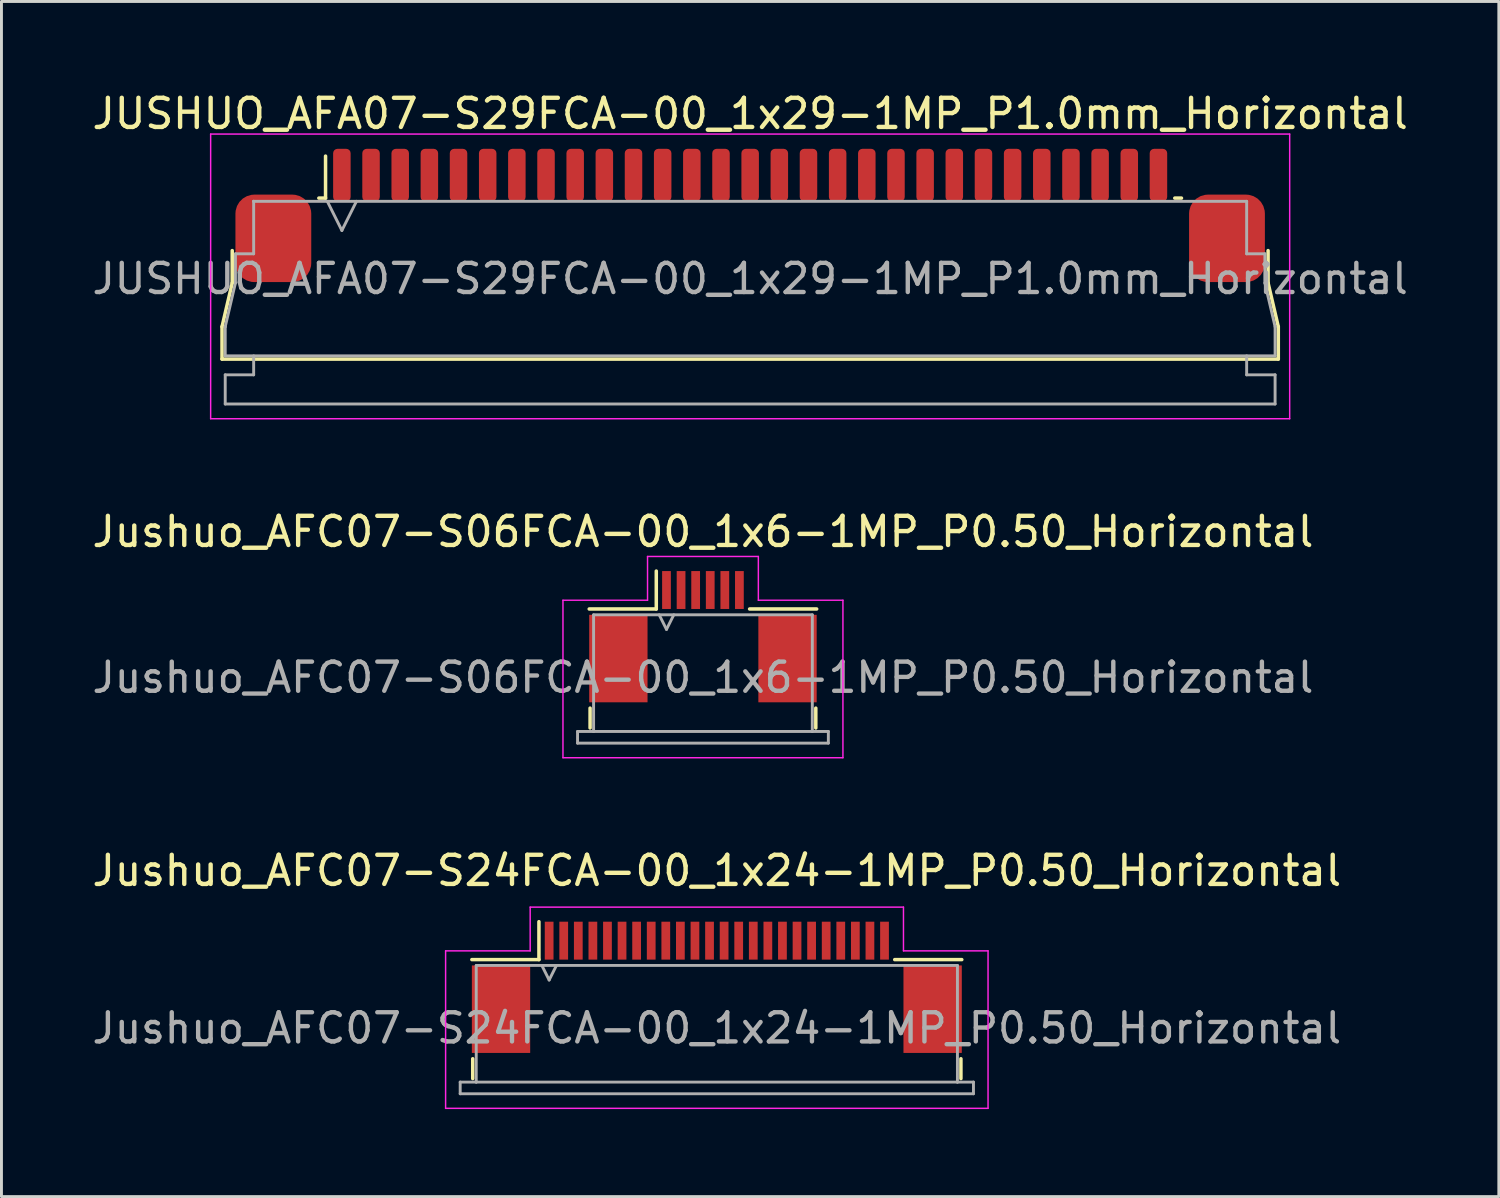
<source format=kicad_pcb>
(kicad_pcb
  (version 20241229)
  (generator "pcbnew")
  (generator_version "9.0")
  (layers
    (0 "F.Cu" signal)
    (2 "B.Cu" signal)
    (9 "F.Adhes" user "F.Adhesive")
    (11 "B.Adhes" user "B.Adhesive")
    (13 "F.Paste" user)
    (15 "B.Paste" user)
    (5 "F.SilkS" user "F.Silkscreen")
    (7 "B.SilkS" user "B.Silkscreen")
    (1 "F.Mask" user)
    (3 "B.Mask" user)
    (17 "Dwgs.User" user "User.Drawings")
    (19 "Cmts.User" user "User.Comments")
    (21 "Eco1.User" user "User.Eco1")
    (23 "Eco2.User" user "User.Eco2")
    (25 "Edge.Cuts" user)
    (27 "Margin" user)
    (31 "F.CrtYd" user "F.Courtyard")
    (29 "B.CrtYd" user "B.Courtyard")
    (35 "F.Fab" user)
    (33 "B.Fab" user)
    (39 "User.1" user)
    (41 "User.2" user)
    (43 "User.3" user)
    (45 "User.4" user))
  (footprint "JUSHUO_AFA07-S29FCA-00_1x29-1MP_P1.0mm_Horizontal"
    (layer "F.Cu")
    (at 22.673 6.328)
    (property "Reference" "JUSHUO_AFA07-S29FCA-00_1x29-1MP_P1.0mm_Horizontal" (at 0 -5.48 0) (layer "F.SilkS") (effects (font (size 1 1) (thickness 0.15))))
    (attr smd)
    (fp_line (start -18.11 1.825) (end -17.76 0.325) (stroke (width 0.12) (type solid)) (layer "F.SilkS"))
    (fp_line (start -18.11 2.935) (end -18.11 1.825) (stroke (width 0.12) (type solid)) (layer "F.SilkS"))
    (fp_line (start -17.76 0.325) (end -17.76 -0.785) (stroke (width 0.12) (type solid)) (layer "F.SilkS"))
    (fp_line (start -14.79 -2.585) (end -14.56 -2.585) (stroke (width 0.12) (type solid)) (layer "F.SilkS"))
    (fp_line (start -14.56 -2.585) (end -14.56 -4.025) (stroke (width 0.12) (type solid)) (layer "F.SilkS"))
    (fp_line (start 14.56 -2.585) (end 14.79 -2.585) (stroke (width 0.12) (type solid)) (layer "F.SilkS"))
    (fp_line (start 17.76 -0.785) (end 17.76 0.325) (stroke (width 0.12) (type solid)) (layer "F.SilkS"))
    (fp_line (start 17.76 0.325) (end 18.11 1.825) (stroke (width 0.12) (type solid)) (layer "F.SilkS"))
    (fp_line (start 18.11 1.825) (end 18.11 2.935) (stroke (width 0.12) (type solid)) (layer "F.SilkS"))
    (fp_line (start 18.11 2.935) (end -18.11 2.935) (stroke (width 0.12) (type solid)) (layer "F.SilkS"))
    (fp_line (start -18.5 -4.78) (end -18.5 4.98) (stroke (width 0.05) (type solid)) (layer "F.CrtYd"))
    (fp_line (start -18.5 4.98) (end 18.5 4.98) (stroke (width 0.05) (type solid)) (layer "F.CrtYd"))
    (fp_line (start 18.5 -4.78) (end -18.5 -4.78) (stroke (width 0.05) (type solid)) (layer "F.CrtYd"))
    (fp_line (start 18.5 4.98) (end 18.5 -4.78) (stroke (width 0.05) (type solid)) (layer "F.CrtYd"))
    (fp_line (start -18 1.825) (end -18 1.825) (stroke (width 0.1) (type solid)) (layer "F.Fab"))
    (fp_line (start -18 1.825) (end -17.65 0.325) (stroke (width 0.1) (type solid)) (layer "F.Fab"))
    (fp_line (start -18 2.825) (end -18 1.825) (stroke (width 0.1) (type solid)) (layer "F.Fab"))
    (fp_line (start -18 3.475) (end -17.025 3.475) (stroke (width 0.1) (type solid)) (layer "F.Fab"))
    (fp_line (start -18 4.475) (end -18 3.475) (stroke (width 0.1) (type solid)) (layer "F.Fab"))
    (fp_line (start -17.65 -0.675) (end -17.025 -0.675) (stroke (width 0.1) (type solid)) (layer "F.Fab"))
    (fp_line (start -17.65 0.325) (end -17.65 -0.675) (stroke (width 0.1) (type solid)) (layer "F.Fab"))
    (fp_line (start -17.025 -2.475) (end -17.025 -2.475) (stroke (width 0.1) (type solid)) (layer "F.Fab"))
    (fp_line (start -17.025 -2.475) (end 17.025 -2.475) (stroke (width 0.1) (type solid)) (layer "F.Fab"))
    (fp_line (start -17.025 -0.675) (end -17.025 -2.475) (stroke (width 0.1) (type solid)) (layer "F.Fab"))
    (fp_line (start -17.025 3.475) (end -17.025 2.825) (stroke (width 0.1) (type solid)) (layer "F.Fab"))
    (fp_line (start -14.5 -2.475) (end -14 -1.475) (stroke (width 0.1) (type solid)) (layer "F.Fab"))
    (fp_line (start -14 -1.475) (end -13.5 -2.475) (stroke (width 0.1) (type solid)) (layer "F.Fab"))
    (fp_line (start 17.025 -2.475) (end 17.025 -0.675) (stroke (width 0.1) (type solid)) (layer "F.Fab"))
    (fp_line (start 17.025 -0.675) (end 17.65 -0.675) (stroke (width 0.1) (type solid)) (layer "F.Fab"))
    (fp_line (start 17.025 2.825) (end 17.025 3.475) (stroke (width 0.1) (type solid)) (layer "F.Fab"))
    (fp_line (start 17.025 3.475) (end 18 3.475) (stroke (width 0.1) (type solid)) (layer "F.Fab"))
    (fp_line (start 17.65 -0.675) (end 17.65 0.325) (stroke (width 0.1) (type solid)) (layer "F.Fab"))
    (fp_line (start 17.65 0.325) (end 18 1.825) (stroke (width 0.1) (type solid)) (layer "F.Fab"))
    (fp_line (start 18 1.825) (end 18 2.825) (stroke (width 0.1) (type solid)) (layer "F.Fab"))
    (fp_line (start 18 2.825) (end -18 2.825) (stroke (width 0.1) (type solid)) (layer "F.Fab"))
    (fp_line (start 18 3.475) (end 18 4.475) (stroke (width 0.1) (type solid)) (layer "F.Fab"))
    (fp_line (start 18 4.475) (end -18 4.475) (stroke (width 0.1) (type solid)) (layer "F.Fab"))
    (fp_text user "${REFERENCE}" (at 0 0.18 0) (layer "F.Fab") (effects (font (size 1 1) (thickness 0.15))))
    (pad "1" smd roundrect (at -14 -3.375) (size 0.6 1.8) (layers "F.Cu" "F.Mask" "F.Paste") (roundrect_rratio 0.25))
    (pad "2" smd roundrect (at -13 -3.375) (size 0.6 1.8) (layers "F.Cu" "F.Mask" "F.Paste") (roundrect_rratio 0.25))
    (pad "3" smd roundrect (at -12 -3.375) (size 0.6 1.8) (layers "F.Cu" "F.Mask" "F.Paste") (roundrect_rratio 0.25))
    (pad "4" smd roundrect (at -11 -3.375) (size 0.6 1.8) (layers "F.Cu" "F.Mask" "F.Paste") (roundrect_rratio 0.25))
    (pad "5" smd roundrect (at -10 -3.375) (size 0.6 1.8) (layers "F.Cu" "F.Mask" "F.Paste") (roundrect_rratio 0.25))
    (pad "6" smd roundrect (at -9 -3.375) (size 0.6 1.8) (layers "F.Cu" "F.Mask" "F.Paste") (roundrect_rratio 0.25))
    (pad "7" smd roundrect (at -8 -3.375) (size 0.6 1.8) (layers "F.Cu" "F.Mask" "F.Paste") (roundrect_rratio 0.25))
    (pad "8" smd roundrect (at -7 -3.375) (size 0.6 1.8) (layers "F.Cu" "F.Mask" "F.Paste") (roundrect_rratio 0.25))
    (pad "9" smd roundrect (at -6 -3.375) (size 0.6 1.8) (layers "F.Cu" "F.Mask" "F.Paste") (roundrect_rratio 0.25))
    (pad "10" smd roundrect (at -5 -3.375) (size 0.6 1.8) (layers "F.Cu" "F.Mask" "F.Paste") (roundrect_rratio 0.25))
    (pad "11" smd roundrect (at -4 -3.375) (size 0.6 1.8) (layers "F.Cu" "F.Mask" "F.Paste") (roundrect_rratio 0.25))
    (pad "12" smd roundrect (at -3 -3.375) (size 0.6 1.8) (layers "F.Cu" "F.Mask" "F.Paste") (roundrect_rratio 0.25))
    (pad "13" smd roundrect (at -2 -3.375) (size 0.6 1.8) (layers "F.Cu" "F.Mask" "F.Paste") (roundrect_rratio 0.25))
    (pad "14" smd roundrect (at -1 -3.375) (size 0.6 1.8) (layers "F.Cu" "F.Mask" "F.Paste") (roundrect_rratio 0.25))
    (pad "15" smd roundrect (at 0 -3.375) (size 0.6 1.8) (layers "F.Cu" "F.Mask" "F.Paste") (roundrect_rratio 0.25))
    (pad "16" smd roundrect (at 1 -3.375) (size 0.6 1.8) (layers "F.Cu" "F.Mask" "F.Paste") (roundrect_rratio 0.25))
    (pad "17" smd roundrect (at 2 -3.375) (size 0.6 1.8) (layers "F.Cu" "F.Mask" "F.Paste") (roundrect_rratio 0.25))
    (pad "18" smd roundrect (at 3 -3.375) (size 0.6 1.8) (layers "F.Cu" "F.Mask" "F.Paste") (roundrect_rratio 0.25))
    (pad "19" smd roundrect (at 4 -3.375) (size 0.6 1.8) (layers "F.Cu" "F.Mask" "F.Paste") (roundrect_rratio 0.25))
    (pad "20" smd roundrect (at 5 -3.375) (size 0.6 1.8) (layers "F.Cu" "F.Mask" "F.Paste") (roundrect_rratio 0.25))
    (pad "21" smd roundrect (at 6 -3.375) (size 0.6 1.8) (layers "F.Cu" "F.Mask" "F.Paste") (roundrect_rratio 0.25))
    (pad "22" smd roundrect (at 7 -3.375) (size 0.6 1.8) (layers "F.Cu" "F.Mask" "F.Paste") (roundrect_rratio 0.25))
    (pad "23" smd roundrect (at 8 -3.375) (size 0.6 1.8) (layers "F.Cu" "F.Mask" "F.Paste") (roundrect_rratio 0.25))
    (pad "24" smd roundrect (at 9 -3.375) (size 0.6 1.8) (layers "F.Cu" "F.Mask" "F.Paste") (roundrect_rratio 0.25))
    (pad "25" smd roundrect (at 10 -3.375) (size 0.6 1.8) (layers "F.Cu" "F.Mask" "F.Paste") (roundrect_rratio 0.25))
    (pad "26" smd roundrect (at 11 -3.375) (size 0.6 1.8) (layers "F.Cu" "F.Mask" "F.Paste") (roundrect_rratio 0.25))
    (pad "27" smd roundrect (at 12 -3.375) (size 0.6 1.8) (layers "F.Cu" "F.Mask" "F.Paste") (roundrect_rratio 0.25))
    (pad "28" smd roundrect (at 13 -3.375) (size 0.6 1.8) (layers "F.Cu" "F.Mask" "F.Paste") (roundrect_rratio 0.25))
    (pad "29" smd roundrect (at 14 -3.375) (size 0.6 1.8) (layers "F.Cu" "F.Mask" "F.Paste") (roundrect_rratio 0.25))
    (pad "MP" smd roundrect (at -16.35 -1.205) (size 2.6 3) (layers "F.Cu" "F.Mask" "F.Paste") (roundrect_rratio 0.25))
    (pad "MP" smd roundrect (at 16.35 -1.205) (size 2.6 3) (layers "F.Cu" "F.Mask" "F.Paste") (roundrect_rratio 0.25)))
  (footprint "Jushuo_AFC07-S24FCA-00_1x24-1MP_P0.50_Horizontal"
    (layer "F.Cu")
    (at 21.53 30.805)
    (property "Reference" "Jushuo_AFC07-S24FCA-00_1x24-1MP_P0.50_Horizontal" (at 0 -4 0) (layer "F.SilkS") (effects (font (size 1 1) (thickness 0.15))))
    (attr smd)
    (fp_line (start -8.37 2.45) (end -8.37 3.13) (stroke (width 0.12) (type solid)) (layer "F.SilkS"))
    (fp_line (start -6.1 -0.95) (end -8.4 -0.95) (stroke (width 0.12) (type solid)) (layer "F.SilkS"))
    (fp_line (start -6.1 -0.95) (end -6.1 -2.25) (stroke (width 0.12) (type solid)) (layer "F.SilkS"))
    (fp_line (start 6.1 -0.95) (end 8.4 -0.95) (stroke (width 0.12) (type solid)) (layer "F.SilkS"))
    (fp_line (start 8.37 2.45) (end 8.37 3.13) (stroke (width 0.12) (type solid)) (layer "F.SilkS"))
    (fp_line (start -9.3 -1.25) (end -9.3 4.15) (stroke (width 0.05) (type solid)) (layer "F.CrtYd"))
    (fp_line (start -9.3 4.15) (end 9.3 4.15) (stroke (width 0.05) (type solid)) (layer "F.CrtYd"))
    (fp_line (start -6.4 -2.75) (end -6.4 -1.25) (stroke (width 0.05) (type solid)) (layer "F.CrtYd"))
    (fp_line (start -6.4 -1.25) (end -9.3 -1.25) (stroke (width 0.05) (type solid)) (layer "F.CrtYd"))
    (fp_line (start 6.4 -2.75) (end -6.4 -2.75) (stroke (width 0.05) (type solid)) (layer "F.CrtYd"))
    (fp_line (start 6.4 -1.25) (end 6.4 -2.75) (stroke (width 0.05) (type solid)) (layer "F.CrtYd"))
    (fp_line (start 9.3 -1.25) (end 6.4 -1.25) (stroke (width 0.05) (type solid)) (layer "F.CrtYd"))
    (fp_line (start 9.3 4.15) (end 9.3 -1.25) (stroke (width 0.05) (type solid)) (layer "F.CrtYd"))
    (fp_line (start -8.8 3.25) (end -8.8 3.65) (stroke (width 0.1) (type solid)) (layer "F.Fab"))
    (fp_line (start -8.8 3.65) (end 8.8 3.65) (stroke (width 0.1) (type solid)) (layer "F.Fab"))
    (fp_line (start -8.25 -0.75) (end 8.25 -0.75) (stroke (width 0.1) (type solid)) (layer "F.Fab"))
    (fp_line (start -8.25 3.25) (end -8.8 3.25) (stroke (width 0.1) (type solid)) (layer "F.Fab"))
    (fp_line (start -8.25 3.25) (end -8.25 -0.75) (stroke (width 0.1) (type solid)) (layer "F.Fab"))
    (fp_line (start -6 -0.75) (end -5.75 -0.25) (stroke (width 0.1) (type solid)) (layer "F.Fab"))
    (fp_line (start -5.75 -0.25) (end -5.5 -0.75) (stroke (width 0.1) (type solid)) (layer "F.Fab"))
    (fp_line (start 8.25 3.25) (end -8.25 3.25) (stroke (width 0.1) (type solid)) (layer "F.Fab"))
    (fp_line (start 8.25 3.25) (end 8.25 -0.75) (stroke (width 0.1) (type solid)) (layer "F.Fab"))
    (fp_line (start 8.8 3.25) (end 8.25 3.25) (stroke (width 0.1) (type solid)) (layer "F.Fab"))
    (fp_line (start 8.8 3.65) (end 8.8 3.25) (stroke (width 0.1) (type solid)) (layer "F.Fab"))
    (fp_text user "${REFERENCE}" (at 0 1.4 0) (unlocked yes) (layer "F.Fab") (effects (font (size 1 1) (thickness 0.15))))
    (pad "1" smd rect (at -5.75 -1.6) (size 0.3 1.3) (layers "F.Cu" "F.Mask" "F.Paste"))
    (pad "2" smd rect (at -5.25 -1.6) (size 0.3 1.3) (layers "F.Cu" "F.Mask" "F.Paste"))
    (pad "3" smd rect (at -4.75 -1.6) (size 0.3 1.3) (layers "F.Cu" "F.Mask" "F.Paste"))
    (pad "4" smd rect (at -4.25 -1.6) (size 0.3 1.3) (layers "F.Cu" "F.Mask" "F.Paste"))
    (pad "5" smd rect (at -3.75 -1.6) (size 0.3 1.3) (layers "F.Cu" "F.Mask" "F.Paste"))
    (pad "6" smd rect (at -3.25 -1.6) (size 0.3 1.3) (layers "F.Cu" "F.Mask" "F.Paste"))
    (pad "7" smd rect (at -2.75 -1.6) (size 0.3 1.3) (layers "F.Cu" "F.Mask" "F.Paste"))
    (pad "8" smd rect (at -2.25 -1.6) (size 0.3 1.3) (layers "F.Cu" "F.Mask" "F.Paste"))
    (pad "9" smd rect (at -1.75 -1.6) (size 0.3 1.3) (layers "F.Cu" "F.Mask" "F.Paste"))
    (pad "10" smd rect (at -1.25 -1.6) (size 0.3 1.3) (layers "F.Cu" "F.Mask" "F.Paste"))
    (pad "11" smd rect (at -0.75 -1.6) (size 0.3 1.3) (layers "F.Cu" "F.Mask" "F.Paste"))
    (pad "12" smd rect (at -0.25 -1.6) (size 0.3 1.3) (layers "F.Cu" "F.Mask" "F.Paste"))
    (pad "13" smd rect (at 0.25 -1.6) (size 0.3 1.3) (layers "F.Cu" "F.Mask" "F.Paste"))
    (pad "14" smd rect (at 0.75 -1.6) (size 0.3 1.3) (layers "F.Cu" "F.Mask" "F.Paste"))
    (pad "15" smd rect (at 1.25 -1.6) (size 0.3 1.3) (layers "F.Cu" "F.Mask" "F.Paste"))
    (pad "16" smd rect (at 1.75 -1.6) (size 0.3 1.3) (layers "F.Cu" "F.Mask" "F.Paste"))
    (pad "17" smd rect (at 2.25 -1.6) (size 0.3 1.3) (layers "F.Cu" "F.Mask" "F.Paste"))
    (pad "18" smd rect (at 2.75 -1.6) (size 0.3 1.3) (layers "F.Cu" "F.Mask" "F.Paste"))
    (pad "19" smd rect (at 3.25 -1.6) (size 0.3 1.3) (layers "F.Cu" "F.Mask" "F.Paste"))
    (pad "20" smd rect (at 3.75 -1.6) (size 0.3 1.3) (layers "F.Cu" "F.Mask" "F.Paste"))
    (pad "21" smd rect (at 4.25 -1.6) (size 0.3 1.3) (layers "F.Cu" "F.Mask" "F.Paste"))
    (pad "22" smd rect (at 4.75 -1.6) (size 0.3 1.3) (layers "F.Cu" "F.Mask" "F.Paste"))
    (pad "23" smd rect (at 5.25 -1.6) (size 0.3 1.3) (layers "F.Cu" "F.Mask" "F.Paste"))
    (pad "24" smd rect (at 5.75 -1.6) (size 0.3 1.3) (layers "F.Cu" "F.Mask" "F.Paste"))
    (pad "MP" smd rect (at -7.4 0.75) (size 2 3) (layers "F.Cu" "F.Mask" "F.Paste"))
    (pad "MP" smd rect (at 7.4 0.75) (size 2 3) (layers "F.Cu" "F.Mask" "F.Paste")))
  (footprint "Jushuo_AFC07-S06FCA-00_1x6-1MP_P0.50_Horizontal"
    (layer "F.Cu")
    (at 21.054 18.782)
    (property "Reference" "Jushuo_AFC07-S06FCA-00_1x6-1MP_P0.50_Horizontal" (at 0 -3.6 0) (layer "F.SilkS") (effects (font (size 1 1) (thickness 0.15))))
    (attr smd)
    (fp_line (start -3.87 2.45) (end -3.87 3.13) (stroke (width 0.12) (type solid)) (layer "F.SilkS"))
    (fp_line (start -1.6 -0.95) (end -3.9 -0.95) (stroke (width 0.12) (type solid)) (layer "F.SilkS"))
    (fp_line (start -1.6 -0.95) (end -1.6 -2.25) (stroke (width 0.12) (type solid)) (layer "F.SilkS"))
    (fp_line (start 1.6 -0.95) (end 3.9 -0.95) (stroke (width 0.12) (type solid)) (layer "F.SilkS"))
    (fp_line (start 3.87 2.45) (end 3.87 3.13) (stroke (width 0.12) (type solid)) (layer "F.SilkS"))
    (fp_line (start -4.8 -1.25) (end -4.8 4.15) (stroke (width 0.05) (type solid)) (layer "F.CrtYd"))
    (fp_line (start -4.8 4.15) (end 4.8 4.15) (stroke (width 0.05) (type solid)) (layer "F.CrtYd"))
    (fp_line (start -1.9 -2.75) (end -1.9 -1.25) (stroke (width 0.05) (type solid)) (layer "F.CrtYd"))
    (fp_line (start -1.9 -1.25) (end -4.8 -1.25) (stroke (width 0.05) (type solid)) (layer "F.CrtYd"))
    (fp_line (start 1.9 -2.75) (end -1.9 -2.75) (stroke (width 0.05) (type solid)) (layer "F.CrtYd"))
    (fp_line (start 1.9 -1.25) (end 1.9 -2.75) (stroke (width 0.05) (type solid)) (layer "F.CrtYd"))
    (fp_line (start 4.8 -1.25) (end 1.9 -1.25) (stroke (width 0.05) (type solid)) (layer "F.CrtYd"))
    (fp_line (start 4.8 4.15) (end 4.8 -1.25) (stroke (width 0.05) (type solid)) (layer "F.CrtYd"))
    (fp_line (start -4.3 3.25) (end -4.3 3.65) (stroke (width 0.1) (type solid)) (layer "F.Fab"))
    (fp_line (start -4.3 3.65) (end 4.3 3.65) (stroke (width 0.1) (type solid)) (layer "F.Fab"))
    (fp_line (start -3.75 -0.75) (end 3.75 -0.75) (stroke (width 0.1) (type solid)) (layer "F.Fab"))
    (fp_line (start -3.75 3.25) (end -4.3 3.25) (stroke (width 0.1) (type solid)) (layer "F.Fab"))
    (fp_line (start -3.75 3.25) (end -3.75 -0.75) (stroke (width 0.1) (type solid)) (layer "F.Fab"))
    (fp_line (start -1.5 -0.75) (end -1.25 -0.25) (stroke (width 0.1) (type solid)) (layer "F.Fab"))
    (fp_line (start -1.25 -0.25) (end -1 -0.75) (stroke (width 0.1) (type solid)) (layer "F.Fab"))
    (fp_line (start 3.75 3.25) (end -3.75 3.25) (stroke (width 0.1) (type solid)) (layer "F.Fab"))
    (fp_line (start 3.75 3.25) (end 3.75 -0.75) (stroke (width 0.1) (type solid)) (layer "F.Fab"))
    (fp_line (start 4.3 3.25) (end 3.75 3.25) (stroke (width 0.1) (type solid)) (layer "F.Fab"))
    (fp_line (start 4.3 3.65) (end 4.3 3.25) (stroke (width 0.1) (type solid)) (layer "F.Fab"))
    (fp_text user "${REFERENCE}" (at 0 1.4 0) (unlocked yes) (layer "F.Fab") (effects (font (size 1 1) (thickness 0.15))))
    (pad "1" smd rect (at -1.25 -1.6) (size 0.3 1.3) (layers "F.Cu" "F.Mask" "F.Paste"))
    (pad "2" smd rect (at -0.75 -1.6) (size 0.3 1.3) (layers "F.Cu" "F.Mask" "F.Paste"))
    (pad "3" smd rect (at -0.25 -1.6) (size 0.3 1.3) (layers "F.Cu" "F.Mask" "F.Paste"))
    (pad "4" smd rect (at 0.25 -1.6) (size 0.3 1.3) (layers "F.Cu" "F.Mask" "F.Paste"))
    (pad "5" smd rect (at 0.75 -1.6) (size 0.3 1.3) (layers "F.Cu" "F.Mask" "F.Paste"))
    (pad "6" smd rect (at 1.25 -1.6) (size 0.3 1.3) (layers "F.Cu" "F.Mask" "F.Paste"))
    (pad "MP" smd rect (at -2.9 0.75) (size 2 3) (layers "F.Cu" "F.Mask" "F.Paste"))
    (pad "MP" smd rect (at 2.9 0.75) (size 2 3) (layers "F.Cu" "F.Mask" "F.Paste")))
  (gr_rect
    (start -3 -3)
    (end 48.345 37.98)
    (stroke (width 0.1) (type default))
    (fill no)
    (layer "Edge.Cuts")))
</source>
